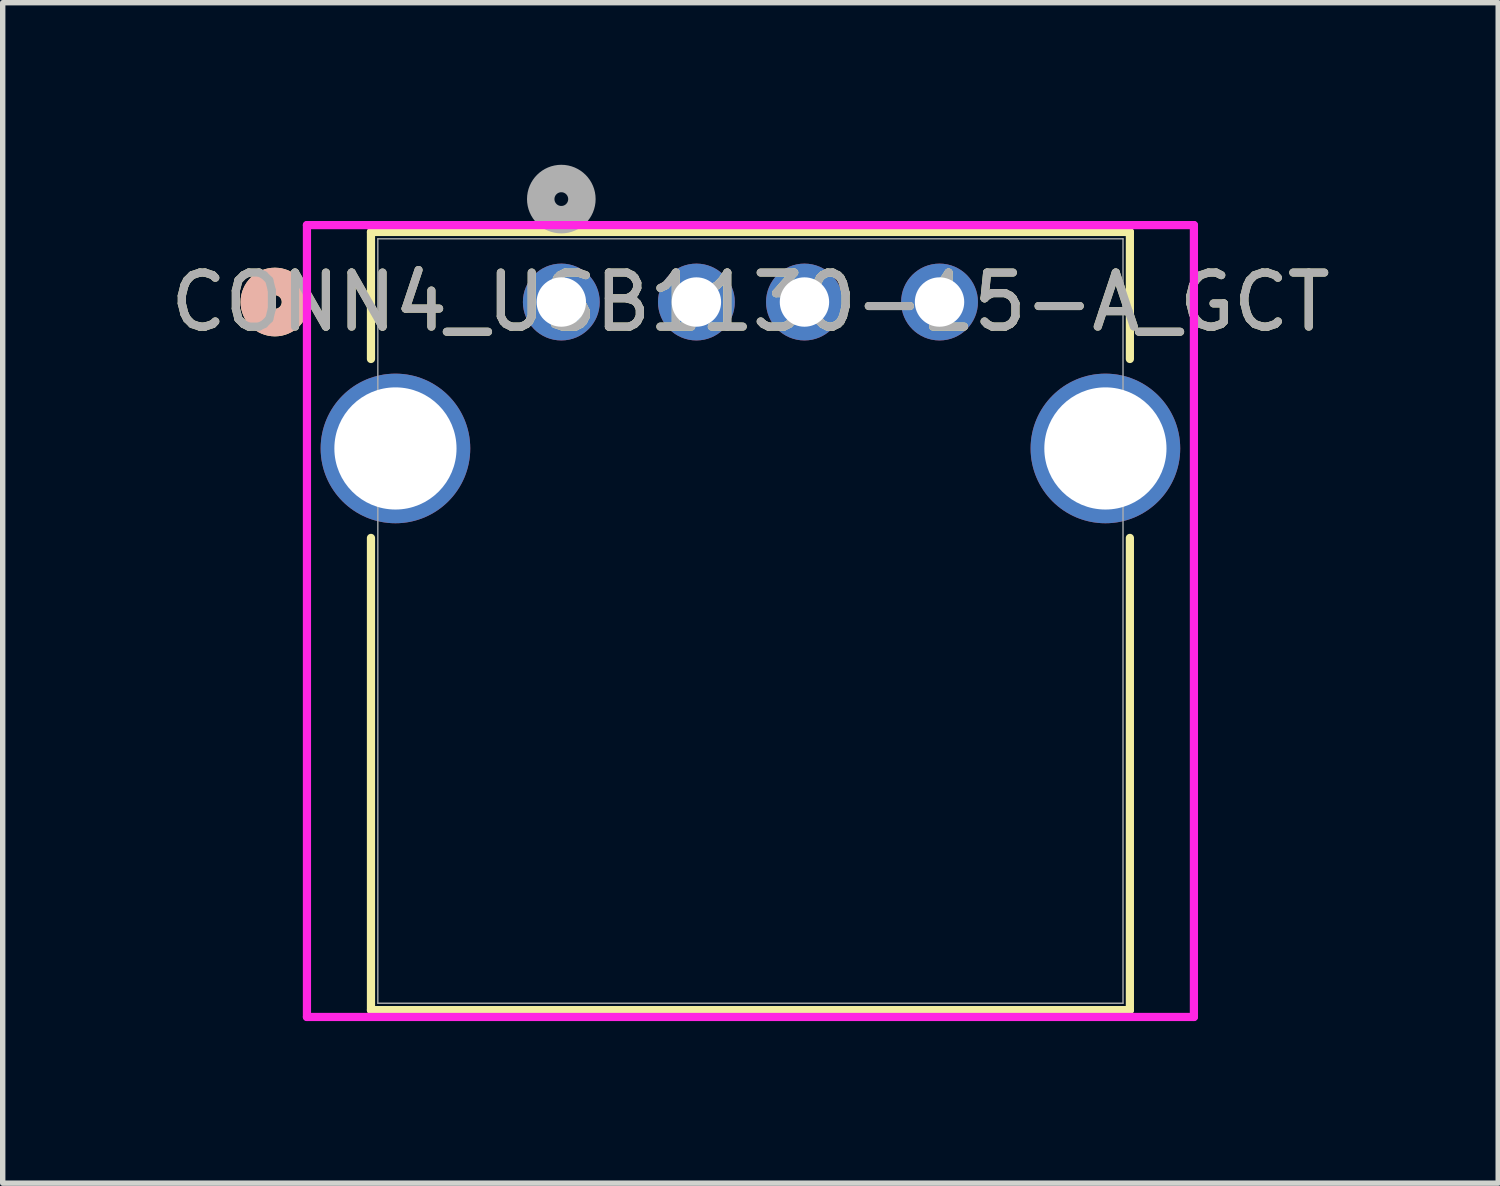
<source format=kicad_pcb>
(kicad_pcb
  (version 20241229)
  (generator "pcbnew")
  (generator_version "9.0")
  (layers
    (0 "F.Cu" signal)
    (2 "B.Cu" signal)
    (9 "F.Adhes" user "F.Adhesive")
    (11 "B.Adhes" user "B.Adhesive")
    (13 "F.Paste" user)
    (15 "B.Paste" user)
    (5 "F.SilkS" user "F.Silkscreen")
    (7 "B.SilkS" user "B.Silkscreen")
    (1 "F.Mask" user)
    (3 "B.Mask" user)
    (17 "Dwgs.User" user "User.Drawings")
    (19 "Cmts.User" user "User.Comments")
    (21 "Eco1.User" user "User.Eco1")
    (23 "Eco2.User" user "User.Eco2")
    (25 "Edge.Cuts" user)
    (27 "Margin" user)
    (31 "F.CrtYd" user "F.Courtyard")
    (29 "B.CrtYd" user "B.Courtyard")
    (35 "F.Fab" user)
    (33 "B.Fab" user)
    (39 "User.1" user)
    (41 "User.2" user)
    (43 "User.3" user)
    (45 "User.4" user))
  (footprint "CONN4_USB1130-15-A_GCT"
    (layer "F.Cu")
    (at 7.339 2.54)
    (property "Reference" "CONN4_USB1130-15-A_GCT" (at 3.5 0 0) (unlocked yes) (layer "F.SilkS") (effects (font (size 1 1) (thickness 0.15))))
    (attr through_hole)
    (fp_line (start -3.523 -1.297) (end -3.523 1.054) (stroke (width 0.152) (type solid)) (layer "F.SilkS"))
    (fp_line (start -3.523 4.366) (end -3.523 13.105) (stroke (width 0.152) (type solid)) (layer "F.SilkS"))
    (fp_line (start -3.523 13.105) (end 10.523 13.105) (stroke (width 0.152) (type solid)) (layer "F.SilkS"))
    (fp_line (start 10.523 -1.297) (end -3.523 -1.297) (stroke (width 0.152) (type solid)) (layer "F.SilkS"))
    (fp_line (start 10.523 1.054) (end 10.523 -1.297) (stroke (width 0.152) (type solid)) (layer "F.SilkS"))
    (fp_line (start 10.523 13.105) (end 10.523 4.366) (stroke (width 0.152) (type solid)) (layer "F.SilkS"))
    (fp_circle (center -5.301 0) (end -4.92 0) (stroke (width 0.508) (type solid)) (fill no) (layer "F.SilkS"))
    (fp_circle (center -5.301 0) (end -4.92 0) (stroke (width 0.508) (type solid)) (fill no) (layer "B.SilkS"))
    (fp_line (start -4.708 -1.424) (end -4.708 13.232) (stroke (width 0.152) (type solid)) (layer "F.CrtYd"))
    (fp_line (start -4.708 13.232) (end 11.708 13.232) (stroke (width 0.152) (type solid)) (layer "F.CrtYd"))
    (fp_line (start 11.708 -1.424) (end -4.708 -1.424) (stroke (width 0.152) (type solid)) (layer "F.CrtYd"))
    (fp_line (start 11.708 13.232) (end 11.708 -1.424) (stroke (width 0.152) (type solid)) (layer "F.CrtYd"))
    (fp_line (start -3.396 -1.17) (end -3.396 12.978) (stroke (width 0.025) (type solid)) (layer "F.Fab"))
    (fp_line (start -3.396 12.978) (end 10.396 12.978) (stroke (width 0.025) (type solid)) (layer "F.Fab"))
    (fp_line (start 10.396 -1.17) (end -3.396 -1.17) (stroke (width 0.025) (type solid)) (layer "F.Fab"))
    (fp_line (start 10.396 12.978) (end 10.396 -1.17) (stroke (width 0.025) (type solid)) (layer "F.Fab"))
    (fp_circle (center 0 -1.905) (end 0.381 -1.905) (stroke (width 0.508) (type solid)) (fill no) (layer "F.Fab"))
    (fp_text user "${REFERENCE}" (at 3.5 0 0) (unlocked yes) (layer "F.Fab") (effects (font (size 1 1) (thickness 0.15))))
    (pad "1" thru_hole circle (at 0 0) (size 1.422 1.422) (drill 0.914) (layers "*.Cu" "*.Mask"))
    (pad "2" thru_hole circle (at 2.5 0) (size 1.422 1.422) (drill 0.914) (layers "*.Cu" "*.Mask"))
    (pad "3" thru_hole circle (at 4.5 0) (size 1.422 1.422) (drill 0.914) (layers "*.Cu" "*.Mask"))
    (pad "4" thru_hole circle (at 7 0) (size 1.422 1.422) (drill 0.914) (layers "*.Cu" "*.Mask"))
    (pad "5" thru_hole circle (at -3.07 2.71) (size 2.769 2.769) (drill 2.261) (layers "*.Cu" "*.Mask"))
    (pad "6" thru_hole circle (at 10.07 2.71) (size 2.769 2.769) (drill 2.261) (layers "*.Cu" "*.Mask")))
  (gr_rect
    (start -3 -3)
    (end 24.679 18.848)
    (stroke (width 0.1) (type default))
    (fill no)
    (layer "Edge.Cuts")))
</source>
